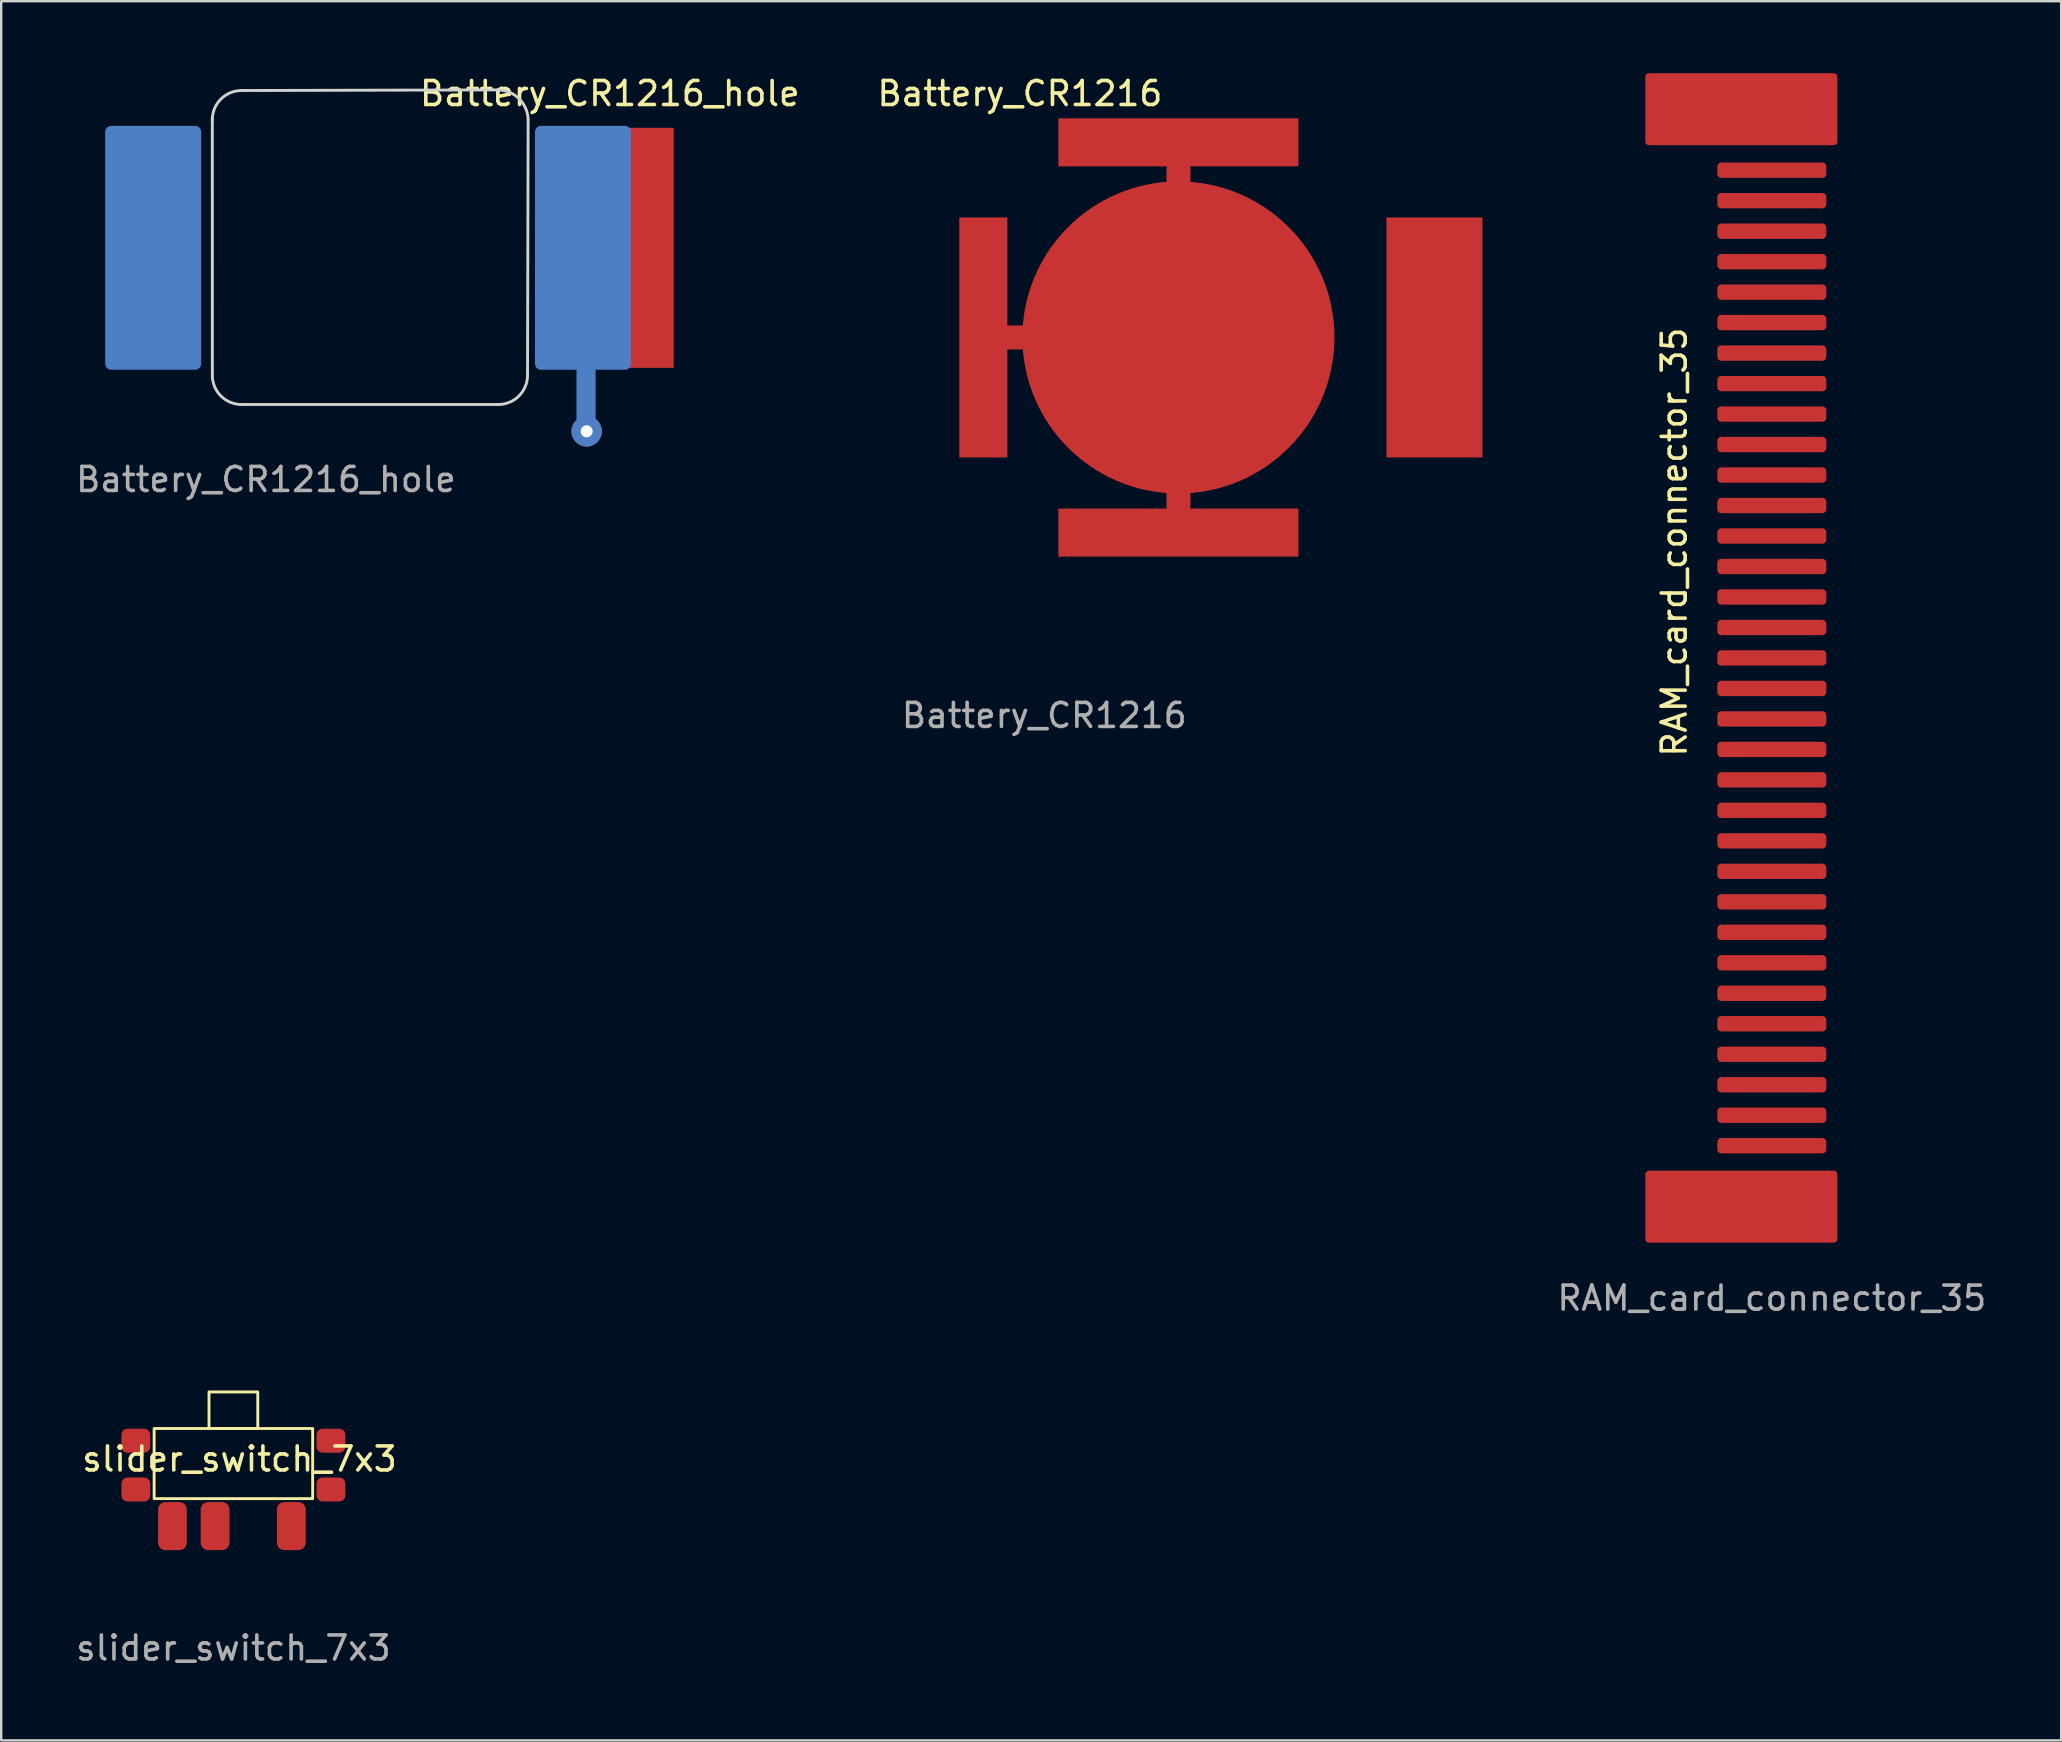
<source format=kicad_pcb>
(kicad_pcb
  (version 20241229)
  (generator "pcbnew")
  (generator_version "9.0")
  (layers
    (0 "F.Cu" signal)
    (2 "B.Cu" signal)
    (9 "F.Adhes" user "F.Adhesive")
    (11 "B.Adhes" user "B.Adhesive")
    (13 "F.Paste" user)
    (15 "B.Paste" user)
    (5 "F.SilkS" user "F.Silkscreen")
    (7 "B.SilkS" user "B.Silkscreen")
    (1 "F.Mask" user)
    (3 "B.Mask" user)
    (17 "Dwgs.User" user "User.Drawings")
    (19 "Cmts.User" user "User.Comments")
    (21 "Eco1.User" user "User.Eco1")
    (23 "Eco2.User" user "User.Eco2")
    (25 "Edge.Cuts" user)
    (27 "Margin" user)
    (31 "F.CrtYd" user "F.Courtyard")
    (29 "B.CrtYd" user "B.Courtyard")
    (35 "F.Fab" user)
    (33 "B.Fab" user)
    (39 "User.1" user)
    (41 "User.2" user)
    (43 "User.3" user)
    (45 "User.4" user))
  (footprint "RAM_card_connector_35"
    (layer "F.Cu")
    (at 70.764 24.36)
    (property "Reference" "RAM_card_connector_35" (at -4.064 -4.826 90) (unlocked yes) (layer "F.SilkS") (effects (font (size 1 1) (thickness 0.15))))
    (attr smd)
    (fp_text user "${REFERENCE}" (at 0 26.67 0) (unlocked yes) (layer "F.Fab") (effects (font (size 1 1) (thickness 0.15))))
    (pad "1" smd roundrect (at -1.27 22.86) (size 8 3) (layers "F.Cu" "F.Mask" "F.Paste") (roundrect_rratio 0.05))
    (pad "2" smd roundrect (at 0 20.32) (size 4.54 0.64) (layers "F.Cu" "F.Mask" "F.Paste") (roundrect_rratio 0.25))
    (pad "3" smd roundrect (at 0 19.05) (size 4.54 0.64) (layers "F.Cu" "F.Mask" "F.Paste") (roundrect_rratio 0.25))
    (pad "4" smd roundrect (at 0 17.78) (size 4.54 0.64) (layers "F.Cu" "F.Mask" "F.Paste") (roundrect_rratio 0.25))
    (pad "5" smd roundrect (at 0 16.51) (size 4.54 0.64) (layers "F.Cu" "F.Mask" "F.Paste") (roundrect_rratio 0.25))
    (pad "6" smd roundrect (at 0 15.24) (size 4.54 0.64) (layers "F.Cu" "F.Mask" "F.Paste") (roundrect_rratio 0.25))
    (pad "7" smd roundrect (at 0 13.97) (size 4.54 0.64) (layers "F.Cu" "F.Mask" "F.Paste") (roundrect_rratio 0.25))
    (pad "8" smd roundrect (at 0 12.7) (size 4.54 0.64) (layers "F.Cu" "F.Mask" "F.Paste") (roundrect_rratio 0.25))
    (pad "9" smd roundrect (at 0 11.43) (size 4.54 0.64) (layers "F.Cu" "F.Mask" "F.Paste") (roundrect_rratio 0.25))
    (pad "10" smd roundrect (at 0 10.16) (size 4.54 0.64) (layers "F.Cu" "F.Mask" "F.Paste") (roundrect_rratio 0.25))
    (pad "11" smd roundrect (at 0 8.89) (size 4.54 0.64) (layers "F.Cu" "F.Mask" "F.Paste") (roundrect_rratio 0.25))
    (pad "12" smd roundrect (at 0 7.62) (size 4.54 0.64) (layers "F.Cu" "F.Mask" "F.Paste") (roundrect_rratio 0.25))
    (pad "13" smd roundrect (at 0 6.35) (size 4.54 0.64) (layers "F.Cu" "F.Mask" "F.Paste") (roundrect_rratio 0.25))
    (pad "14" smd roundrect (at 0 5.08) (size 4.54 0.64) (layers "F.Cu" "F.Mask" "F.Paste") (roundrect_rratio 0.25))
    (pad "15" smd roundrect (at 0 3.81) (size 4.54 0.64) (layers "F.Cu" "F.Mask" "F.Paste") (roundrect_rratio 0.25))
    (pad "16" smd roundrect (at 0 2.54) (size 4.54 0.64) (layers "F.Cu" "F.Mask" "F.Paste") (roundrect_rratio 0.25))
    (pad "17" smd roundrect (at 0 1.27) (size 4.54 0.64) (layers "F.Cu" "F.Mask" "F.Paste") (roundrect_rratio 0.25))
    (pad "18" smd roundrect (at 0 0) (size 4.54 0.64) (layers "F.Cu" "F.Mask" "F.Paste") (roundrect_rratio 0.25))
    (pad "19" smd roundrect (at 0 -1.27) (size 4.54 0.64) (layers "F.Cu" "F.Mask" "F.Paste") (roundrect_rratio 0.25))
    (pad "20" smd roundrect (at 0 -2.54) (size 4.54 0.64) (layers "F.Cu" "F.Mask" "F.Paste") (roundrect_rratio 0.25))
    (pad "21" smd roundrect (at 0 -3.81) (size 4.54 0.64) (layers "F.Cu" "F.Mask" "F.Paste") (roundrect_rratio 0.25))
    (pad "22" smd roundrect (at 0 -5.08) (size 4.54 0.64) (layers "F.Cu" "F.Mask" "F.Paste") (roundrect_rratio 0.25))
    (pad "23" smd roundrect (at 0 -6.35) (size 4.54 0.64) (layers "F.Cu" "F.Mask" "F.Paste") (roundrect_rratio 0.25))
    (pad "24" smd roundrect (at 0 -7.62) (size 4.54 0.64) (layers "F.Cu" "F.Mask" "F.Paste") (roundrect_rratio 0.25))
    (pad "25" smd roundrect (at 0 -8.89) (size 4.54 0.64) (layers "F.Cu" "F.Mask" "F.Paste") (roundrect_rratio 0.25))
    (pad "26" smd roundrect (at 0 -10.16) (size 4.54 0.64) (layers "F.Cu" "F.Mask" "F.Paste") (roundrect_rratio 0.25))
    (pad "27" smd roundrect (at 0 -11.43) (size 4.54 0.64) (layers "F.Cu" "F.Mask" "F.Paste") (roundrect_rratio 0.25))
    (pad "28" smd roundrect (at 0 -12.7) (size 4.54 0.64) (layers "F.Cu" "F.Mask" "F.Paste") (roundrect_rratio 0.25))
    (pad "29" smd roundrect (at 0 -13.97) (size 4.54 0.64) (layers "F.Cu" "F.Mask" "F.Paste") (roundrect_rratio 0.25))
    (pad "30" smd roundrect (at 0 -15.24) (size 4.54 0.64) (layers "F.Cu" "F.Mask" "F.Paste") (roundrect_rratio 0.25))
    (pad "31" smd roundrect (at 0 -16.51) (size 4.54 0.64) (layers "F.Cu" "F.Mask" "F.Paste") (roundrect_rratio 0.25))
    (pad "32" smd roundrect (at 0 -17.78) (size 4.54 0.64) (layers "F.Cu" "F.Mask" "F.Paste") (roundrect_rratio 0.25))
    (pad "33" smd roundrect (at 0 -19.05) (size 4.54 0.64) (layers "F.Cu" "F.Mask" "F.Paste") (roundrect_rratio 0.25))
    (pad "34" smd roundrect (at 0 -20.32) (size 4.54 0.64) (layers "F.Cu" "F.Mask" "F.Paste") (roundrect_rratio 0.25))
    (pad "35" smd roundrect (at -1.27 -22.86) (size 8 3) (layers "F.Cu" "F.Mask" "F.Paste") (roundrect_rratio 0.05)))
  (footprint "Battery_CR1216"
    (layer "F.Cu")
    (at 46.043 11.008)
    (property "Reference" "Battery_CR1216" (at -6.604 -10.16 0) (unlocked yes) (layer "F.SilkS") (effects (font (size 1 1) (thickness 0.15))))
    (attr smd)
    (fp_line (start -7.128 0) (end -6.096 0) (stroke (width 1) (type solid)) (layer "F.Cu"))
    (fp_line (start 0 -5.984) (end 0 -7.016) (stroke (width 1) (type solid)) (layer "F.Cu"))
    (fp_line (start 0 7.016) (end 0 5.984) (stroke (width 1) (type solid)) (layer "F.Cu"))
    (fp_text user "${REFERENCE}" (at -5.588 15.748 0) (unlocked yes) (layer "F.Fab") (effects (font (size 1 1) (thickness 0.15))))
    (pad "1" smd rect (at -8.128 0 180) (size 2 10) (layers "F.Cu" "F.Mask" "F.Paste"))
    (pad "1" smd rect (at 0 -8.128 90) (size 2 10) (layers "F.Cu" "F.Mask" "F.Paste"))
    (pad "1" smd circle (at 0 0) (size 13 13) (layers "F.Cu" "F.Mask" "F.Paste"))
    (pad "1" smd rect (at 0 8.128 90) (size 2 10) (layers "F.Cu" "F.Mask" "F.Paste"))
    (pad "2" smd rect (at 10.668 0) (size 4 10) (layers "F.Cu" "F.Mask" "F.Paste")))
  (footprint "slider_switch_7x3"
    (layer "F.Cu")
    (at 6.673 57.986)
    (property "Reference" "slider_switch_7x3" (at 0.254 -0.254 0) (unlocked yes) (layer "F.SilkS") (effects (font (size 1 1) (thickness 0.15))))
    (attr smd)
    (fp_rect (start -3.302 1.397) (end 3.302 -1.524) (stroke (width 0.12) (type solid)) (fill no) (layer "F.SilkS"))
    (fp_rect (start -1.016 -3.048) (end 1.016 -1.524) (stroke (width 0.12) (type solid)) (fill no) (layer "F.SilkS"))
    (fp_text user "${REFERENCE}" (at 0 7.62 0) (unlocked yes) (layer "F.Fab") (effects (font (size 1 1) (thickness 0.15))))
    (pad "" smd roundrect (at -4.064 -1.016 180) (size 1.2 1) (layers "F.Cu" "F.Mask" "F.Paste") (roundrect_rratio 0.25))
    (pad "" smd roundrect (at -4.064 1.016 180) (size 1.2 1) (layers "F.Cu" "F.Mask" "F.Paste") (roundrect_rratio 0.25))
    (pad "" smd roundrect (at 4.064 -1.016 180) (size 1.2 1) (layers "F.Cu" "F.Mask" "F.Paste") (roundrect_rratio 0.25))
    (pad "" smd roundrect (at 4.064 1.016 180) (size 1.2 1) (layers "F.Cu" "F.Mask" "F.Paste") (roundrect_rratio 0.25))
    (pad "1" smd roundrect (at -2.54 2.54 90) (size 2 1.2) (layers "F.Cu" "F.Mask" "F.Paste") (roundrect_rratio 0.25))
    (pad "2" smd roundrect (at -0.762 2.54 90) (size 2 1.2) (layers "F.Cu" "F.Mask" "F.Paste") (roundrect_rratio 0.25))
    (pad "3" smd roundrect (at 2.413 2.54 90) (size 2 1.2) (layers "F.Cu" "F.Mask" "F.Paste") (roundrect_rratio 0.25)))
  (footprint "Battery_CR1216_hole"
    (layer "F.Cu")
    (at 12.348 7.274)
    (property "Reference" "Battery_CR1216_hole" (at 10.008 -6.426 0) (unlocked yes) (layer "F.SilkS") (effects (font (size 1 1) (thickness 0.15))))
    (attr smd)
    (fp_line (start 9.017 4.572) (end 9.017 7.62) (stroke (width 0.8) (type solid)) (layer "B.Cu"))
    (fp_line (start -6.552 5.259) (end -6.553 -5.385) (stroke (width 0.12) (type solid)) (layer "Edge.Cuts"))
    (fp_line (start -5.334 -6.553) (end 5.385 -6.579) (stroke (width 0.12) (type solid)) (layer "Edge.Cuts"))
    (fp_line (start 5.359 6.528) (end -5.359 6.528) (stroke (width 0.12) (type solid)) (layer "Edge.Cuts"))
    (fp_line (start 6.604 -5.335) (end 6.579 5.309) (stroke (width 0.12) (type solid)) (layer "Edge.Cuts"))
    (fp_arc (start -6.553199 -5.3086) (mid -6.205225 -6.187263) (end -5.334 -6.553464) (stroke (width 0.12) (type solid)) (layer "Edge.Cuts"))
    (fp_arc (start -5.3594 6.527799) (mid -6.222447 6.143917) (end -6.552449 5.258867) (stroke (width 0.12) (type solid)) (layer "Edge.Cuts"))
    (fp_arc (start 5.334 -6.5786) (mid 6.222817 -6.215741) (end 6.603736 -5.334513) (stroke (width 0.12) (type solid)) (layer "Edge.Cuts"))
    (fp_arc (start 6.5786 5.3086) (mid 6.221505 6.170705) (end 5.3594 6.5278) (stroke (width 0.12) (type solid)) (layer "Edge.Cuts"))
    (fp_text user "${REFERENCE}" (at -4.318 9.652 0) (unlocked yes) (layer "F.Fab") (effects (font (size 1 1) (thickness 0.15))))
    (pad "1" smd roundrect (at -9.017 0) (size 4 10.16) (layers "F.Mask" "B.Cu" "F.Paste") (roundrect_rratio 0.061))
    (pad "1" smd roundrect (at 8.89 0) (size 4 10.16) (layers "F.Mask" "B.Cu" "F.Paste") (roundrect_rratio 0.061))
    (pad "1" thru_hole circle (at 9.042 7.645) (size 1.27 1.27) (drill 0.5) (layers "*.Cu" "*.Mask"))
    (pad "2" smd rect (at 10.668 0) (size 4 10) (layers "F.Cu" "F.Mask" "F.Paste")))
  (gr_rect
    (start -3 -3)
    (end 82.818 69.454)
    (stroke (width 0.1) (type default))
    (fill no)
    (layer "Edge.Cuts")))
</source>
